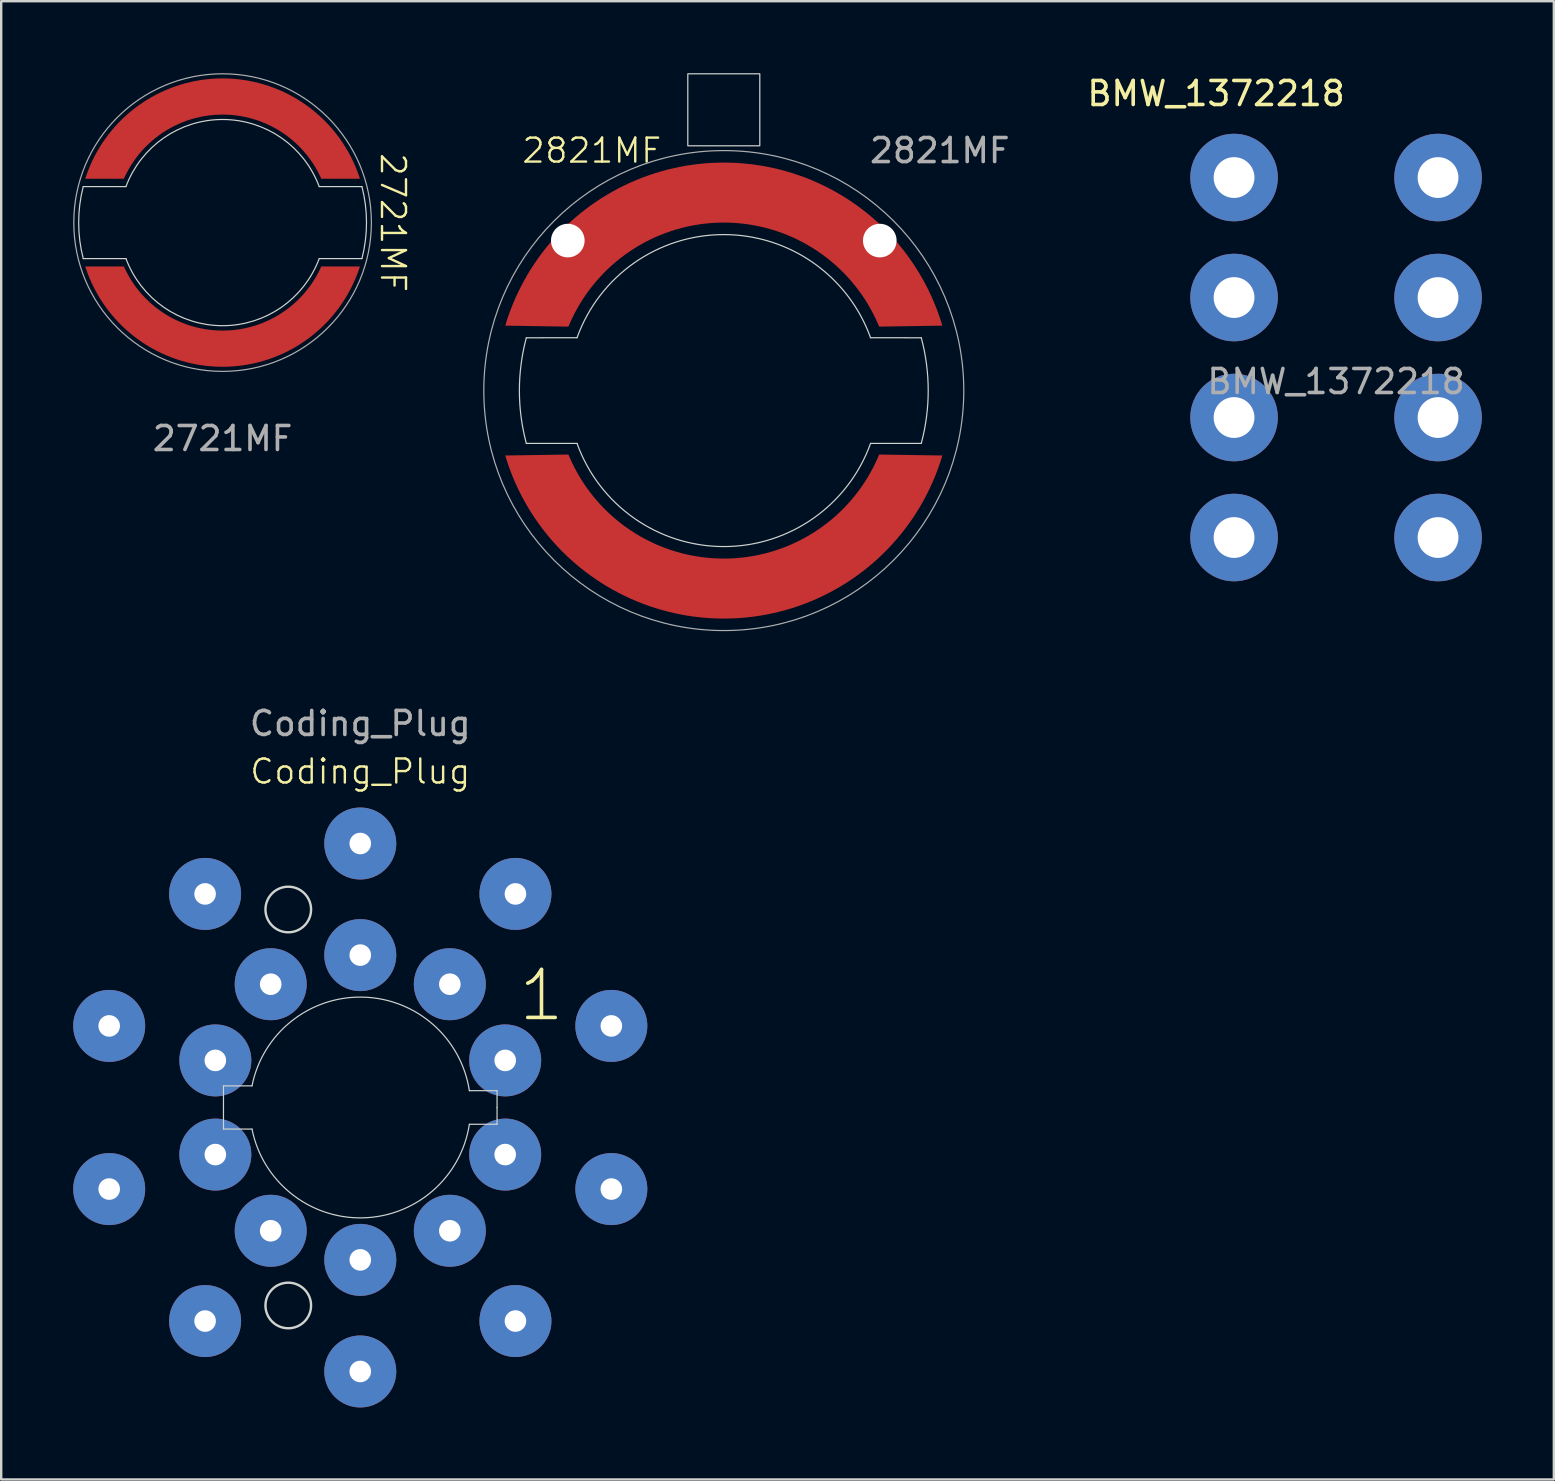
<source format=kicad_pcb>
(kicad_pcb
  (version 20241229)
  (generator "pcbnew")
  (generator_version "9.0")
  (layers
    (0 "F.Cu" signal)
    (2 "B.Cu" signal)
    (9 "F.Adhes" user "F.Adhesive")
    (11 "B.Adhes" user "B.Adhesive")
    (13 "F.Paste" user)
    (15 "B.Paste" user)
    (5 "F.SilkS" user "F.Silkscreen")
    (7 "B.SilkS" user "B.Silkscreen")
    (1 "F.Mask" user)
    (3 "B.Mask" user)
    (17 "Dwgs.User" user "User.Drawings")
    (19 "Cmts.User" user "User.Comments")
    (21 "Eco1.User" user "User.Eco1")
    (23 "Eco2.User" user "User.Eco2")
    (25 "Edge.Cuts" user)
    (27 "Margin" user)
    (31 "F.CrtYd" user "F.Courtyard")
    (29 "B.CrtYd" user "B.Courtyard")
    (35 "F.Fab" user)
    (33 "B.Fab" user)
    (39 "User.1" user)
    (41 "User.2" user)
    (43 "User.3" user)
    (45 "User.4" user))
  (footprint "2821MF"
    (layer "F.Cu")
    (at 27.11 13.225)
    (property "Reference" "2821MF" (at -5.5 -10 0) (unlocked yes) (layer "F.SilkS") (effects (font (size 1 1) (thickness 0.1))))
    (attr through_hole)
    (fp_line (start -8.229 -2.2) (end -6.115 -2.202) (stroke (width 0.05) (type default)) (layer "Edge.Cuts"))
    (fp_line (start -8.229 2.2) (end -6.115 2.202) (stroke (width 0.05) (type default)) (layer "Edge.Cuts"))
    (fp_line (start 6.115 2.202) (end 8.229 2.2) (stroke (width 0.05) (type default)) (layer "Edge.Cuts"))
    (fp_line (start 8.229 -2.2) (end 6.115 -2.202) (stroke (width 0.05) (type default)) (layer "Edge.Cuts"))
    (fp_rect (start -1.5 -13.2) (end 1.5 -10.2) (stroke (width 0.05) (type default)) (fill no) (layer "Edge.Cuts"))
    (fp_arc (start -8.228844 2.2) (mid -8.517856 0) (end -8.228844 -2.2) (stroke (width 0.05) (type default)) (layer "Edge.Cuts"))
    (fp_arc (start -6.115486 -2.20246) (mid 0 -6.5) (end 6.115486 -2.20246) (stroke (width 0.05) (type default)) (layer "Edge.Cuts"))
    (fp_arc (start 6.115486 2.20246) (mid 0 6.5) (end -6.115486 2.20246) (stroke (width 0.05) (type default)) (layer "Edge.Cuts"))
    (fp_arc (start 8.228844 -2.2) (mid 8.517856 0) (end 8.228844 2.2) (stroke (width 0.05) (type default)) (layer "Edge.Cuts"))
    (fp_circle (center 0 0) (end 0 10) (stroke (width 0.05) (type default)) (fill no) (layer "F.Fab"))
    (fp_text user "${REFERENCE}" (at 9 -10 0) (unlocked yes) (layer "F.Fab") (effects (font (size 1 1) (thickness 0.15))))
    (pad "" np_thru_hole circle (at -6.5 -6.25 270) (size 1.4 1.4) (drill 1.4) (layers "*.Cu" "*.Mask"))
    (pad "" np_thru_hole circle (at 6.5 -6.25 270) (size 1.4 1.4) (drill 1.4) (layers "*.Cu" "*.Mask"))
    (pad "1" smd custom (at 0 -8.5 270) (size 1 1) (layers "F.Cu" "F.Mask") (options (anchor circle)) (primitives (gr_poly (pts (xy 5.795 -9.107) (arc (start 5.834751 -6.472747) (mid 1.5 0) (end 5.834751 6.472747)) (arc (start 5.79495 9.10674) (mid -1 0.000001) (end 5.794948 -9.106739))) (width 0) (fill yes))))
    (pad "2" smd custom (at 0 8.5 270) (size 1 1) (layers "F.Cu" "F.Mask") (options (anchor circle)) (primitives (gr_poly (pts (xy -5.795 -9.107) (arc (start -5.834751 -6.472747) (mid -1.5 0) (end -5.834751 6.472747)) (arc (start -5.79495 9.10674) (mid 1 0.000001) (end -5.794948 -9.106739))) (width 0) (fill yes)))))
  (footprint "Coding_Plug"
    (layer "F.Cu")
    (at 11.962 43.098)
    (property "Reference" "Coding_Plug" (at 0 -14 0) (unlocked yes) (layer "F.SilkS") (effects (font (size 1 1) (thickness 0.1))))
    (attr through_hole)
    (fp_line (start -5.7 -0.9) (end -4.511 -0.9) (stroke (width 0.05) (type solid)) (layer "Edge.Cuts"))
    (fp_line (start -5.7 0) (end -5.7 -0.9) (stroke (width 0.05) (type solid)) (layer "Edge.Cuts"))
    (fp_line (start -5.7 0) (end -5.7 0.9) (stroke (width 0.05) (type solid)) (layer "Edge.Cuts"))
    (fp_line (start -5.7 0.9) (end -4.511 0.9) (stroke (width 0.05) (type solid)) (layer "Edge.Cuts"))
    (fp_line (start 5.7 -0.7) (end 4.546 -0.7) (stroke (width 0.05) (type solid)) (layer "Edge.Cuts"))
    (fp_line (start 5.7 0) (end 5.7 -0.7) (stroke (width 0.05) (type default)) (layer "Edge.Cuts"))
    (fp_line (start 5.7 0) (end 5.7 0.7) (stroke (width 0.05) (type solid)) (layer "Edge.Cuts"))
    (fp_line (start 5.7 0.7) (end 4.546 0.7) (stroke (width 0.05) (type solid)) (layer "Edge.Cuts"))
    (fp_arc (start -4.511097 -0.9) (mid 0.101548 -4.598879) (end 4.546427 -0.7) (stroke (width 0.05) (type default)) (layer "Edge.Cuts"))
    (fp_arc (start 4.546427 0.7) (mid 0.101548 4.598879) (end -4.511097 0.9) (stroke (width 0.05) (type default)) (layer "Edge.Cuts"))
    (fp_circle (center -3 -8.25) (end -2.05 -8.25) (stroke (width 0.1) (type solid)) (fill no) (layer "Edge.Cuts"))
    (fp_circle (center -3 8.25) (end -2.05 8.25) (stroke (width 0.1) (type solid)) (fill no) (layer "Edge.Cuts"))
    (fp_text user "1" (at 6.5 -3.5 0) (unlocked yes) (layer "F.SilkS") (effects (font (size 2 2) (thickness 0.15)) (justify left bottom)))
    (fp_text user "${REFERENCE}" (at 0 -16 0) (unlocked yes) (layer "F.Fab") (effects (font (size 1 1) (thickness 0.15))))
    (pad "1" thru_hole circle (at 6.039 -1.962) (size 3 3) (drill 0.9) (layers "*.Cu" "*.Mask"))
    (pad "2" thru_hole circle (at 3.732 -5.137) (size 3 3) (drill 0.9) (layers "*.Cu" "*.Mask"))
    (pad "3" thru_hole circle (at 0 -6.35) (size 3 3) (drill 0.9) (layers "*.Cu" "*.Mask"))
    (pad "4" thru_hole circle (at -3.732 -5.137) (size 3 3) (drill 0.9) (layers "*.Cu" "*.Mask"))
    (pad "5" thru_hole circle (at -6.039 -1.962) (size 3 3) (drill 0.9) (layers "*.Cu" "*.Mask"))
    (pad "6" thru_hole circle (at -6.039 1.962) (size 3 3) (drill 0.9) (layers "*.Cu" "*.Mask"))
    (pad "7" thru_hole circle (at -3.732 5.137) (size 3 3) (drill 0.9) (layers "*.Cu" "*.Mask"))
    (pad "8" thru_hole circle (at 0 6.35) (size 3 3) (drill 0.9) (layers "*.Cu" "*.Mask"))
    (pad "9" thru_hole circle (at 3.732 5.137) (size 3 3) (drill 0.9) (layers "*.Cu" "*.Mask"))
    (pad "10" thru_hole circle (at 6.039 1.962) (size 3 3) (drill 0.9) (layers "*.Cu" "*.Mask"))
    (pad "11" thru_hole circle (at 10.462 3.399) (size 3 3) (drill 0.9) (layers "*.Cu" "*.Mask"))
    (pad "12" thru_hole circle (at 6.466 8.899) (size 3 3) (drill 0.9) (layers "*.Cu" "*.Mask"))
    (pad "13" thru_hole circle (at 0 11) (size 3 3) (drill 0.9) (layers "*.Cu" "*.Mask"))
    (pad "14" thru_hole circle (at -6.466 8.899) (size 3 3) (drill 0.9) (layers "*.Cu" "*.Mask"))
    (pad "15" thru_hole circle (at -10.462 3.399) (size 3 3) (drill 0.9) (layers "*.Cu" "*.Mask"))
    (pad "16" thru_hole circle (at -10.462 -3.399) (size 3 3) (drill 0.9) (layers "*.Cu" "*.Mask"))
    (pad "17" thru_hole circle (at -6.466 -8.899) (size 3 3) (drill 0.9) (layers "*.Cu" "*.Mask"))
    (pad "18" thru_hole circle (at 0 -11) (size 3 3) (drill 0.9) (layers "*.Cu" "*.Mask"))
    (pad "19" thru_hole circle (at 6.466 -8.899) (size 3 3) (drill 0.9) (layers "*.Cu" "*.Mask"))
    (pad "20" thru_hole circle (at 10.462 -3.399) (size 3 3) (drill 0.9) (layers "*.Cu" "*.Mask")))
  (footprint "2721MF"
    (layer "F.Cu")
    (at 6.225 6.225)
    (property "Reference" "2721MF" (at 7.1 0.003 270) (unlocked yes) (layer "F.SilkS") (effects (font (size 1 1) (thickness 0.1))))
    (attr through_hole)
    (fp_line (start -4.026 -1.5) (end -5.807 -1.5) (stroke (width 0.05) (type default)) (layer "Edge.Cuts"))
    (fp_line (start -4.026 1.5) (end -5.807 1.5) (stroke (width 0.05) (type default)) (layer "Edge.Cuts"))
    (fp_line (start 4.026 -1.5) (end 5.807 -1.5) (stroke (width 0.05) (type default)) (layer "Edge.Cuts"))
    (fp_line (start 4.026 1.5) (end 5.807 1.5) (stroke (width 0.05) (type default)) (layer "Edge.Cuts"))
    (fp_arc (start -5.806544 1.5) (mid -5.997162 0) (end -5.806544 -1.5) (stroke (width 0.05) (type default)) (layer "Edge.Cuts"))
    (fp_arc (start -4.026215 -1.5) (mid 0 -4.296558) (end 4.026215 -1.5) (stroke (width 0.05) (type default)) (layer "Edge.Cuts"))
    (fp_arc (start 4.026215 1.5) (mid 0 4.296558) (end -4.026215 1.5) (stroke (width 0.05) (type default)) (layer "Edge.Cuts"))
    (fp_arc (start 5.806544 -1.5) (mid 5.997162 0) (end 5.806544 1.5) (stroke (width 0.05) (type default)) (layer "Edge.Cuts"))
    (fp_circle (center 0 0) (end 6.2 0) (stroke (width 0.05) (type default)) (fill no) (layer "F.Fab"))
    (fp_text user "${REFERENCE}" (at 0 9 0) (unlocked yes) (layer "F.Fab") (effects (font (size 1 1) (thickness 0.15))))
    (pad "1" smd custom (at 0 -5.5) (size 1 1) (layers "F.Cu" "F.Mask") (options (anchor circle)) (primitives (gr_poly (pts (arc (start 5.723155 3.672377) (mid 0 -0.507887) (end -5.723155 3.672377)) (arc (start -4.112152 3.672377) (mid 0 1) (end 4.112152 3.672377))) (width 0) (fill yes))))
    (pad "2" smd custom (at 0 5.5) (size 1 1) (layers "F.Cu" "F.Mask") (options (anchor circle)) (primitives (gr_poly (pts (arc (start 5.723155 -3.672377) (mid 0 0.507887) (end -5.723155 -3.672377)) (arc (start -4.112152 -3.672377) (mid 0 -1) (end 4.112152 -3.672377))) (width 0) (fill yes)))))
  (footprint "BMW_1372218"
    (layer "F.Cu")
    (at 48.372 19.348)
    (property "Reference" "BMW_1372218" (at -0.75 -18.5 0) (unlocked yes) (layer "F.SilkS") (effects (font (size 1 1) (thickness 0.15))))
    (attr through_hole)
    (fp_text user "${REFERENCE}" (at 4.25 -6.5 0) (unlocked yes) (layer "F.Fab") (effects (font (size 1 1) (thickness 0.15))))
    (pad "1" thru_hole circle (at 0 0) (size 3.65 3.65) (drill 1.7) (layers "*.Cu" "*.Mask"))
    (pad "1" thru_hole circle (at 8.5 0) (size 3.65 3.65) (drill 1.7) (layers "*.Cu" "*.Mask"))
    (pad "2" thru_hole circle (at 0 -5) (size 3.65 3.65) (drill 1.7) (layers "*.Cu" "*.Mask"))
    (pad "2" thru_hole circle (at 8.5 -5) (size 3.65 3.65) (drill 1.7) (layers "*.Cu" "*.Mask"))
    (pad "3" thru_hole circle (at 0 -10) (size 3.65 3.65) (drill 1.7) (layers "*.Cu" "*.Mask"))
    (pad "3" thru_hole circle (at 8.5 -10) (size 3.65 3.65) (drill 1.7) (layers "*.Cu" "*.Mask"))
    (pad "4" thru_hole circle (at 0 -15) (size 3.65 3.65) (drill 1.7) (layers "*.Cu" "*.Mask"))
    (pad "4" thru_hole circle (at 8.5 -15) (size 3.65 3.65) (drill 1.7) (layers "*.Cu" "*.Mask")))
  (gr_rect
    (start -3 -3)
    (end 61.697 58.598)
    (stroke (width 0.1) (type default))
    (fill no)
    (layer "Edge.Cuts")))
</source>
